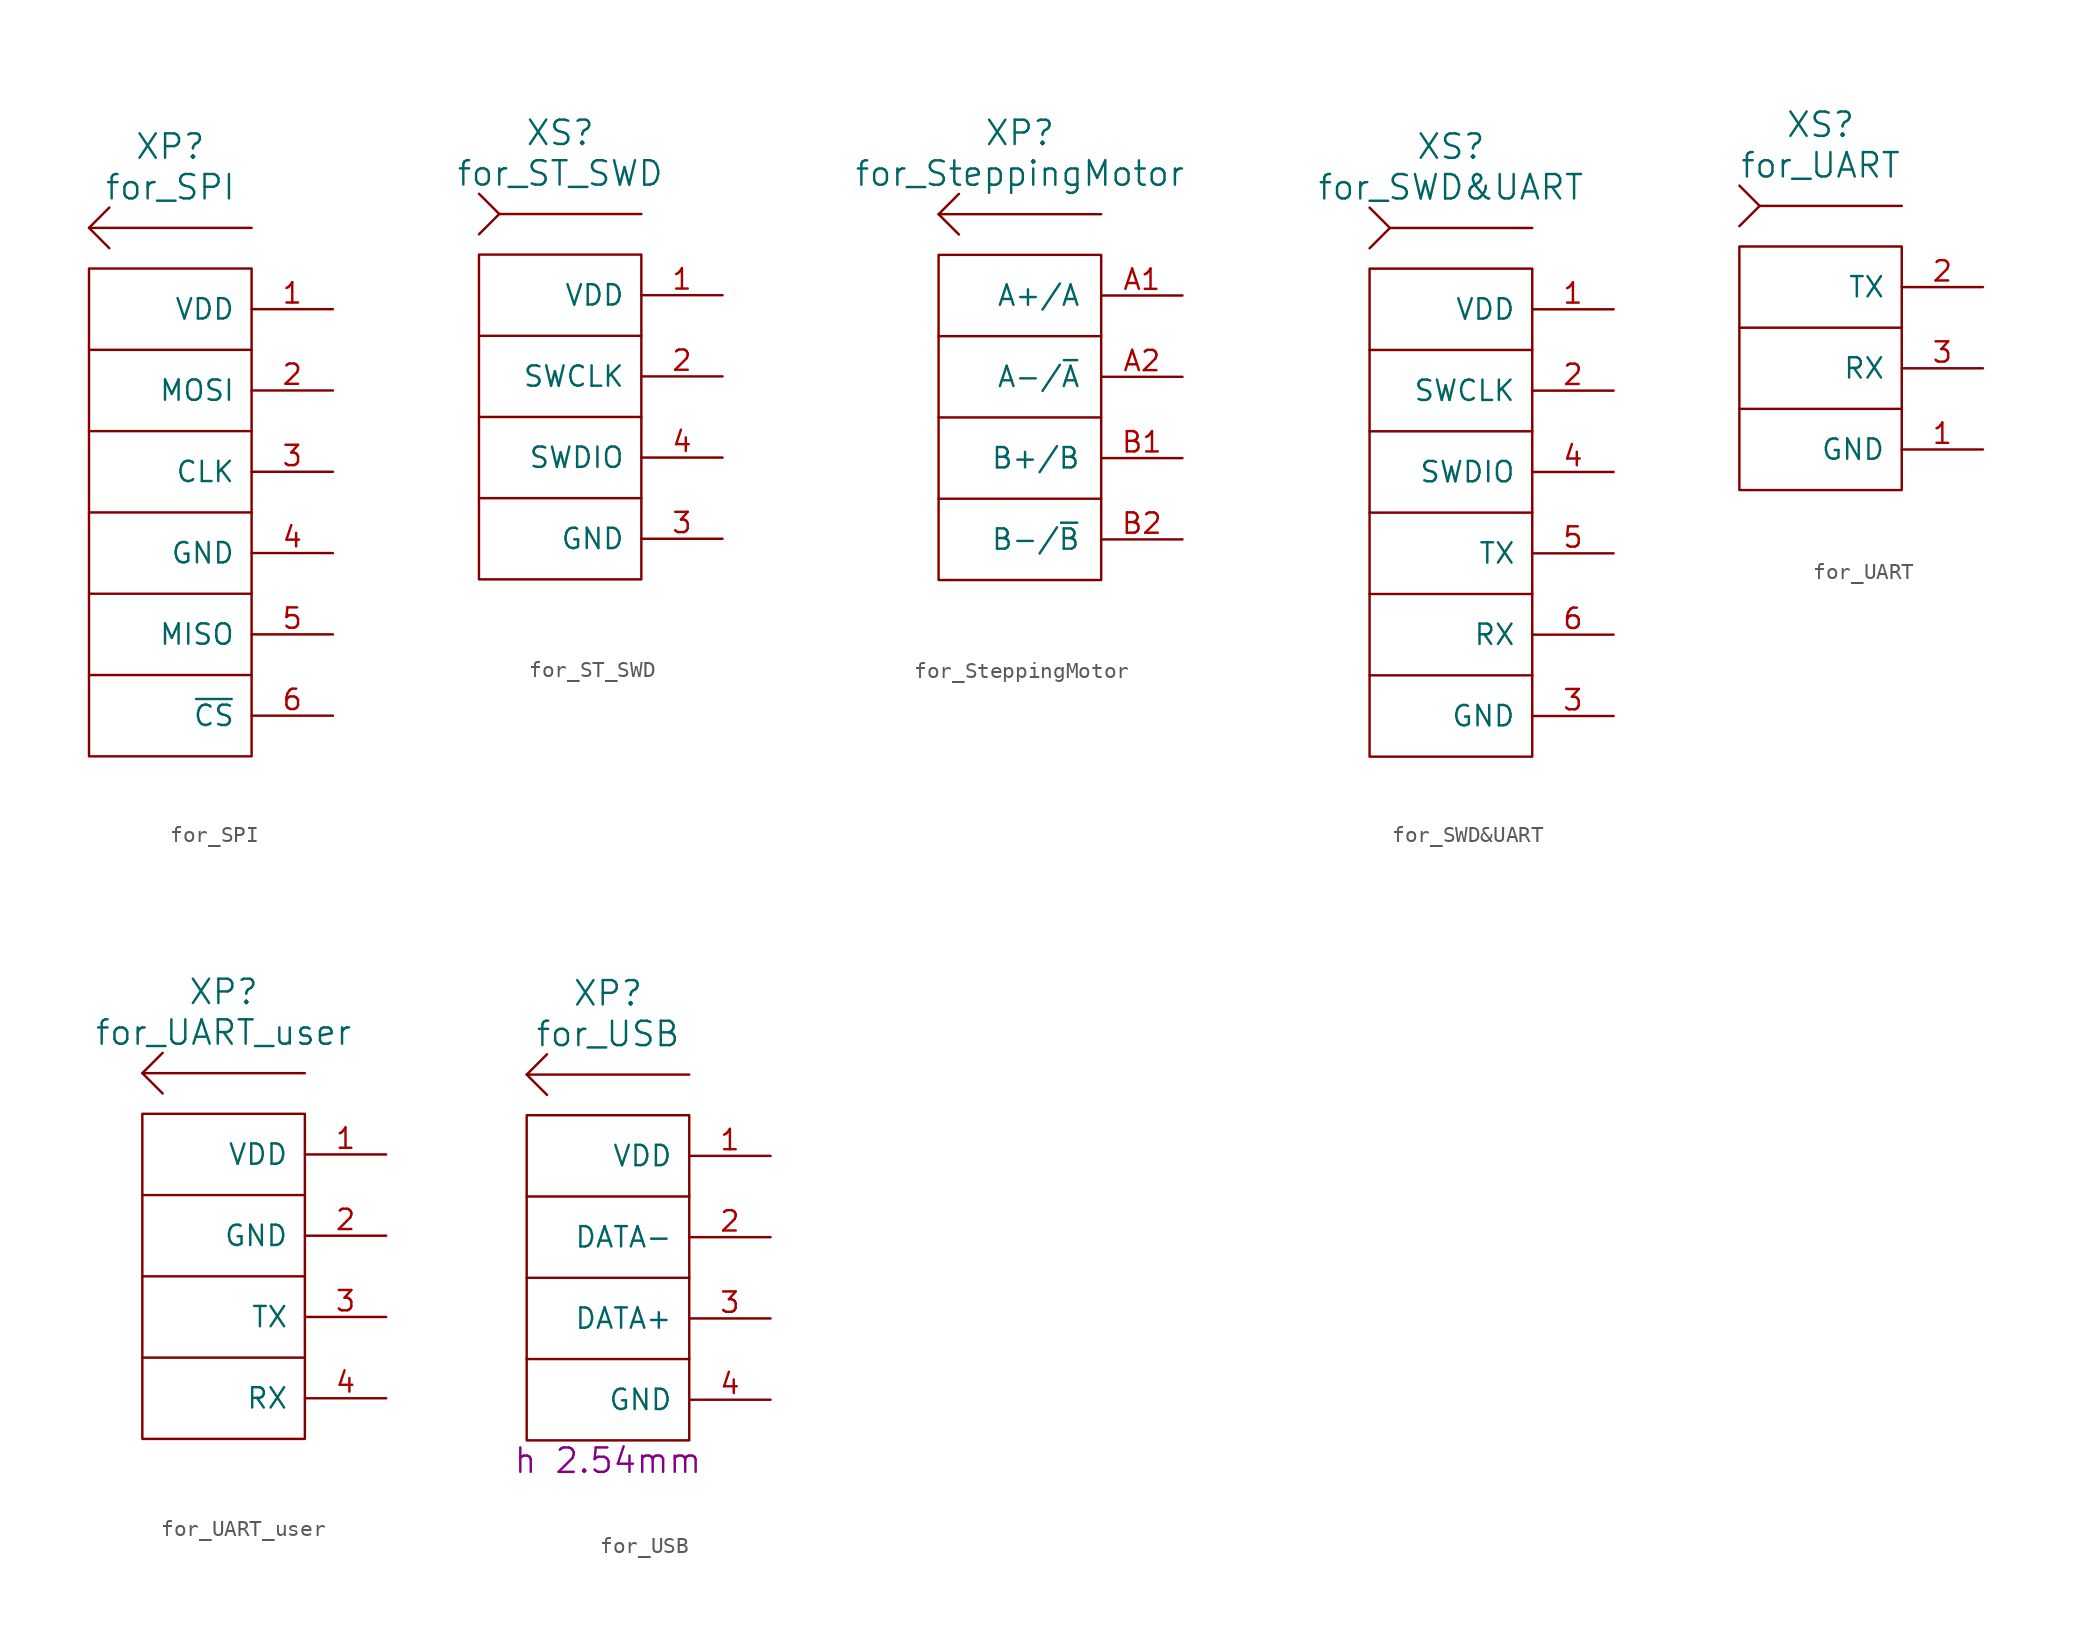
<source format=kicad_sym>
(kicad_symbol_lib
  (version 20220914)
  (generator kicad_symbol_editor)
  (symbol "for_SPI"
    (pin_names
      (offset 1.016))
    (property "Reference" "XP"
      (at -2.54 22.86 0)
      (do_not_autoplace)
      (effects (font (size 1.524 1.524))))
    (property "Value" "for_SPI"
      (at -2.54 20.32 0)
      (do_not_autoplace)
      (effects (font (size 1.524 1.524))))
    (property "Datasheet" ""
      (at -2.54 -6.35 0)
      (effects (font (size 1.524 1.524))))
    (symbol "for_SPI_0_0"
      (polyline (pts (xy 2.54 -10.16) (xy -7.62 -10.16)) (stroke (width 0) (type solid)) (fill (type none)))
      (polyline (pts (xy 2.54 -5.08) (xy -7.62 -5.08)) (stroke (width 0) (type solid)) (fill (type none)))
      (polyline (pts (xy 2.54 0) (xy -7.62 0)) (stroke (width 0) (type solid)) (fill (type none)))
      (polyline (pts (xy 2.54 5.08) (xy -7.62 5.08)) (stroke (width 0) (type solid)) (fill (type none)))
      (polyline (pts (xy 2.54 10.16) (xy -7.62 10.16)) (stroke (width 0) (type solid)) (fill (type none)))
      (rectangle (start 2.54 15.24) (end -7.62 -15.24) (stroke (width 0) (type solid)) (fill (type none))))
    (symbol "for_SPI_0_1"
      (polyline (pts (xy 2.54 17.78) (xy -7.62 17.78)) (stroke (width 0) (type solid)) (fill (type none)))
      (polyline (pts (xy -6.35 16.51) (xy -7.62 17.78) (xy -6.35 19.05)) (stroke (width 0) (type solid)) (fill (type none))))
    (symbol "for_SPI_1_1"
      (pin power_in line (at 7.62 12.7 180) (length 5.08) (name "VDD" (effects (font (size 1.27 1.27)))) (number "1" (effects (font (size 1.27 1.27)))))
      (pin output line (at 7.62 7.62 180) (length 5.08) (name "MOSI" (effects (font (size 1.27 1.27)))) (number "2" (effects (font (size 1.27 1.27)))))
      (pin input line (at 7.62 2.54 180) (length 5.08) (name "CLK" (effects (font (size 1.27 1.27)))) (number "3" (effects (font (size 1.27 1.27)))))
      (pin power_in line (at 7.62 -2.54 180) (length 5.08) (name "GND" (effects (font (size 1.27 1.27)))) (number "4" (effects (font (size 1.27 1.27)))))
      (pin input line (at 7.62 -7.62 180) (length 5.08) (name "MISO" (effects (font (size 1.27 1.27)))) (number "5" (effects (font (size 1.27 1.27)))))
      (pin passive line (at 7.62 -12.7 180) (length 5.08) (name "~{CS}" (effects (font (size 1.27 1.27)))) (number "6" (effects (font (size 1.27 1.27)))))))
  (symbol "for_ST_SWD"
    (pin_names
      (offset 1.016))
    (property "Reference" "XS"
      (at 0 17.78 0)
      (do_not_autoplace)
      (effects (font (size 1.524 1.524))))
    (property "Value" "for_ST_SWD"
      (at 0 15.24 0)
      (do_not_autoplace)
      (effects (font (size 1.524 1.524))))
    (property "Datasheet" ""
      (at 0 -11.43 0)
      (effects (font (size 1.524 1.524))))
    (symbol "for_ST_SWD_0_0"
      (polyline (pts (xy 5.08 -5.08) (xy -5.08 -5.08)) (stroke (width 0) (type solid)) (fill (type none)))
      (polyline (pts (xy 5.08 0) (xy -5.08 0)) (stroke (width 0) (type solid)) (fill (type none)))
      (polyline (pts (xy 5.08 5.08) (xy -5.08 5.08)) (stroke (width 0) (type solid)) (fill (type none)))
      (rectangle (start 5.08 10.16) (end -5.08 -10.16) (stroke (width 0) (type solid)) (fill (type none))))
    (symbol "for_ST_SWD_0_1"
      (polyline (pts (xy 5.08 12.7) (xy -3.81 12.7)) (stroke (width 0) (type solid)) (fill (type none)))
      (polyline (pts (xy -5.08 11.43) (xy -3.81 12.7) (xy -5.08 13.97)) (stroke (width 0) (type solid)) (fill (type none))))
    (symbol "for_ST_SWD_1_1"
      (pin passive line (at 10.16 7.62 180) (length 5.08) (name "VDD" (effects (font (size 1.27 1.27)))) (number "1" (effects (font (size 1.27 1.27)))))
      (pin input line (at 10.16 2.54 180) (length 5.08) (name "SWCLK" (effects (font (size 1.27 1.27)))) (number "2" (effects (font (size 1.27 1.27)))))
      (pin power_in line (at 10.16 -7.62 180) (length 5.08) (name "GND" (effects (font (size 1.27 1.27)))) (number "3" (effects (font (size 1.27 1.27)))))
      (pin input line (at 10.16 -2.54 180) (length 5.08) (name "SWDIO" (effects (font (size 1.27 1.27)))) (number "4" (effects (font (size 1.27 1.27)))))))
  (symbol "for_SteppingMotor"
    (pin_names
      (offset 1.27))
    (property "Reference" "XP"
      (at 0 17.78 0)
      (do_not_autoplace)
      (effects (font (size 1.524 1.524))))
    (property "Value" "for_SteppingMotor"
      (at 0 15.24 0)
      (do_not_autoplace)
      (effects (font (size 1.524 1.524))))
    (property "Datasheet" ""
      (at 0 -11.43 0)
      (effects (font (size 1.524 1.524))))
    (symbol "for_SteppingMotor_0_0"
      (polyline (pts (xy 5.08 -5.08) (xy -5.08 -5.08)) (stroke (width 0) (type solid)) (fill (type none)))
      (polyline (pts (xy 5.08 0) (xy -5.08 0)) (stroke (width 0) (type solid)) (fill (type none)))
      (polyline (pts (xy 5.08 5.08) (xy -5.08 5.08)) (stroke (width 0) (type solid)) (fill (type none)))
      (rectangle (start 5.08 10.16) (end -5.08 -10.16) (stroke (width 0) (type solid)) (fill (type none))))
    (symbol "for_SteppingMotor_0_1"
      (polyline (pts (xy 5.08 12.7) (xy -5.08 12.7)) (stroke (width 0) (type solid)) (fill (type none)))
      (polyline (pts (xy -3.81 11.43) (xy -5.08 12.7) (xy -3.81 13.97)) (stroke (width 0) (type solid)) (fill (type none))))
    (symbol "for_SteppingMotor_1_1"
      (pin passive line (at 10.16 7.62 180) (length 5.08) (name "A+/A" (effects (font (size 1.27 1.27)))) (number "A1" (effects (font (size 1.27 1.27)))))
      (pin passive line (at 10.16 2.54 180) (length 5.08) (name "A-/~{A}" (effects (font (size 1.27 1.27)))) (number "A2" (effects (font (size 1.27 1.27)))))
      (pin passive line (at 10.16 -2.54 180) (length 5.08) (name "B+/B" (effects (font (size 1.27 1.27)))) (number "B1" (effects (font (size 1.27 1.27)))))
      (pin passive line (at 10.16 -7.62 180) (length 5.08) (name "B-/~{B}" (effects (font (size 1.27 1.27)))) (number "B2" (effects (font (size 1.27 1.27)))))))
  (symbol "for_SWD&UART"
    (pin_names
      (offset 1.016))
    (property "Reference" "XS"
      (at 0 22.86 0)
      (do_not_autoplace)
      (effects (font (size 1.524 1.524))))
    (property "Value" "for_SWD&UART"
      (at 0 20.32 0)
      (do_not_autoplace)
      (effects (font (size 1.524 1.524))))
    (property "Datasheet" ""
      (at 0 -6.35 0)
      (effects (font (size 1.524 1.524))))
    (symbol "for_SWD&UART_0_0"
      (polyline (pts (xy 5.08 -10.16) (xy -5.08 -10.16)) (stroke (width 0) (type solid)) (fill (type none)))
      (polyline (pts (xy 5.08 -5.08) (xy -5.08 -5.08)) (stroke (width 0) (type solid)) (fill (type none)))
      (polyline (pts (xy 5.08 0) (xy -5.08 0)) (stroke (width 0) (type solid)) (fill (type none)))
      (polyline (pts (xy 5.08 5.08) (xy -5.08 5.08)) (stroke (width 0) (type solid)) (fill (type none)))
      (polyline (pts (xy 5.08 10.16) (xy -5.08 10.16)) (stroke (width 0) (type solid)) (fill (type none)))
      (rectangle (start 5.08 15.24) (end -5.08 -15.24) (stroke (width 0) (type solid)) (fill (type none))))
    (symbol "for_SWD&UART_0_1"
      (polyline (pts (xy 5.08 17.78) (xy -3.81 17.78)) (stroke (width 0) (type solid)) (fill (type none)))
      (polyline (pts (xy -5.08 16.51) (xy -3.81 17.78) (xy -5.08 19.05)) (stroke (width 0) (type solid)) (fill (type none))))
    (symbol "for_SWD&UART_1_1"
      (pin passive line (at 10.16 12.7 180) (length 5.08) (name "VDD" (effects (font (size 1.27 1.27)))) (number "1" (effects (font (size 1.27 1.27)))))
      (pin input line (at 10.16 7.62 180) (length 5.08) (name "SWCLK" (effects (font (size 1.27 1.27)))) (number "2" (effects (font (size 1.27 1.27)))))
      (pin power_in line (at 10.16 -12.7 180) (length 5.08) (name "GND" (effects (font (size 1.27 1.27)))) (number "3" (effects (font (size 1.27 1.27)))))
      (pin input line (at 10.16 2.54 180) (length 5.08) (name "SWDIO" (effects (font (size 1.27 1.27)))) (number "4" (effects (font (size 1.27 1.27)))))
      (pin output line (at 10.16 -2.54 180) (length 5.08) (name "TX" (effects (font (size 1.27 1.27)))) (number "5" (effects (font (size 1.27 1.27)))))
      (pin input line (at 10.16 -7.62 180) (length 5.08) (name "RX" (effects (font (size 1.27 1.27)))) (number "6" (effects (font (size 1.27 1.27)))))))
  (symbol "for_UART"
    (pin_names
      (offset 1.016))
    (property "Reference" "XS"
      (at 0 15.24 0)
      (do_not_autoplace)
      (effects (font (size 1.524 1.524))))
    (property "Value" "for_UART"
      (at 0 12.7 0)
      (do_not_autoplace)
      (effects (font (size 1.524 1.524))))
    (property "Datasheet" ""
      (at 0 -8.89 0)
      (effects (font (size 1.524 1.524))))
    (symbol "for_UART_0_0"
      (polyline (pts (xy 5.08 -2.54) (xy -5.08 -2.54)) (stroke (width 0) (type solid)) (fill (type none)))
      (polyline (pts (xy 5.08 2.54) (xy -5.08 2.54)) (stroke (width 0) (type solid)) (fill (type none)))
      (rectangle (start 5.08 7.62) (end -5.08 -7.62) (stroke (width 0) (type solid)) (fill (type none))))
    (symbol "for_UART_0_1"
      (polyline (pts (xy 5.08 10.16) (xy -3.81 10.16)) (stroke (width 0) (type solid)) (fill (type none)))
      (polyline (pts (xy -5.08 8.89) (xy -3.81 10.16) (xy -5.08 11.43)) (stroke (width 0) (type solid)) (fill (type none))))
    (symbol "for_UART_1_1"
      (pin power_in line (at 10.16 -5.08 180) (length 5.08) (name "GND" (effects (font (size 1.27 1.27)))) (number "1" (effects (font (size 1.27 1.27)))))
      (pin output line (at 10.16 5.08 180) (length 5.08) (name "TX" (effects (font (size 1.27 1.27)))) (number "2" (effects (font (size 1.27 1.27)))))
      (pin input line (at 10.16 0 180) (length 5.08) (name "RX" (effects (font (size 1.27 1.27)))) (number "3" (effects (font (size 1.27 1.27)))))))
  (symbol "for_UART_user"
    (pin_names
      (offset 1.016))
    (property "Reference" "XP"
      (at 0 17.78 0)
      (do_not_autoplace)
      (effects (font (size 1.524 1.524))))
    (property "Value" "for_UART_user"
      (at 0 15.24 0)
      (do_not_autoplace)
      (effects (font (size 1.524 1.524))))
    (property "Datasheet" ""
      (at 0 -11.43 0)
      (effects (font (size 1.524 1.524))))
    (symbol "for_UART_user_0_0"
      (polyline (pts (xy 5.08 -5.08) (xy -5.08 -5.08)) (stroke (width 0) (type solid)) (fill (type none)))
      (polyline (pts (xy 5.08 0) (xy -5.08 0)) (stroke (width 0) (type solid)) (fill (type none)))
      (polyline (pts (xy 5.08 5.08) (xy -5.08 5.08)) (stroke (width 0) (type solid)) (fill (type none)))
      (rectangle (start 5.08 10.16) (end -5.08 -10.16) (stroke (width 0) (type solid)) (fill (type none))))
    (symbol "for_UART_user_0_1"
      (polyline (pts (xy 5.08 12.7) (xy -5.08 12.7)) (stroke (width 0) (type solid)) (fill (type none)))
      (polyline (pts (xy -3.81 11.43) (xy -5.08 12.7) (xy -3.81 13.97)) (stroke (width 0) (type solid)) (fill (type none))))
    (symbol "for_UART_user_1_1"
      (pin power_in line (at 10.16 7.62 180) (length 5.08) (name "VDD" (effects (font (size 1.27 1.27)))) (number "1" (effects (font (size 1.27 1.27)))))
      (pin power_in line (at 10.16 2.54 180) (length 5.08) (name "GND" (effects (font (size 1.27 1.27)))) (number "2" (effects (font (size 1.27 1.27)))))
      (pin input line (at 10.16 -2.54 180) (length 5.08) (name "TX" (effects (font (size 1.27 1.27)))) (number "3" (effects (font (size 1.27 1.27)))))
      (pin output line (at 10.16 -7.62 180) (length 5.08) (name "RX" (effects (font (size 1.27 1.27)))) (number "4" (effects (font (size 1.27 1.27)))))))
  (symbol "for_USB"
    (pin_names
      (offset 1.016))
    (property "Reference" "XP"
      (at 0 17.78 0)
      (do_not_autoplace)
      (effects (font (size 1.524 1.524))))
    (property "Value" "for_USB"
      (at 0 15.24 0)
      (do_not_autoplace)
      (effects (font (size 1.524 1.524))))
    (property "Datasheet" ""
      (at 0 -11.43 0)
      (effects (font (size 1.524 1.524))))
    (property "Step" "h 2.54mm"
      (at 0 -11.43 0)
      (do_not_autoplace)
      (effects (font (size 1.524 1.524))))
    (symbol "for_USB_0_0"
      (polyline (pts (xy 5.08 -5.08) (xy -5.08 -5.08)) (stroke (width 0) (type solid)) (fill (type none)))
      (polyline (pts (xy 5.08 0) (xy -5.08 0)) (stroke (width 0) (type solid)) (fill (type none)))
      (polyline (pts (xy 5.08 5.08) (xy -5.08 5.08)) (stroke (width 0) (type solid)) (fill (type none)))
      (rectangle (start 5.08 10.16) (end -5.08 -10.16) (stroke (width 0) (type solid)) (fill (type none))))
    (symbol "for_USB_0_1"
      (polyline (pts (xy 5.08 12.7) (xy -5.08 12.7)) (stroke (width 0) (type solid)) (fill (type none)))
      (polyline (pts (xy -3.81 11.43) (xy -5.08 12.7) (xy -3.81 13.97)) (stroke (width 0) (type solid)) (fill (type none))))
    (symbol "for_USB_1_1"
      (pin power_out line (at 10.16 7.62 180) (length 5.08) (name "VDD" (effects (font (size 1.27 1.27)))) (number "1" (effects (font (size 1.27 1.27)))))
      (pin passive line (at 10.16 2.54 180) (length 5.08) (name "DATA-" (effects (font (size 1.27 1.27)))) (number "2" (effects (font (size 1.27 1.27)))))
      (pin passive line (at 10.16 -2.54 180) (length 5.08) (name "DATA+" (effects (font (size 1.27 1.27)))) (number "3" (effects (font (size 1.27 1.27)))))
      (pin power_out line (at 10.16 -7.62 180) (length 5.08) (name "GND" (effects (font (size 1.27 1.27)))) (number "4" (effects (font (size 1.27 1.27))))))))
</source>
